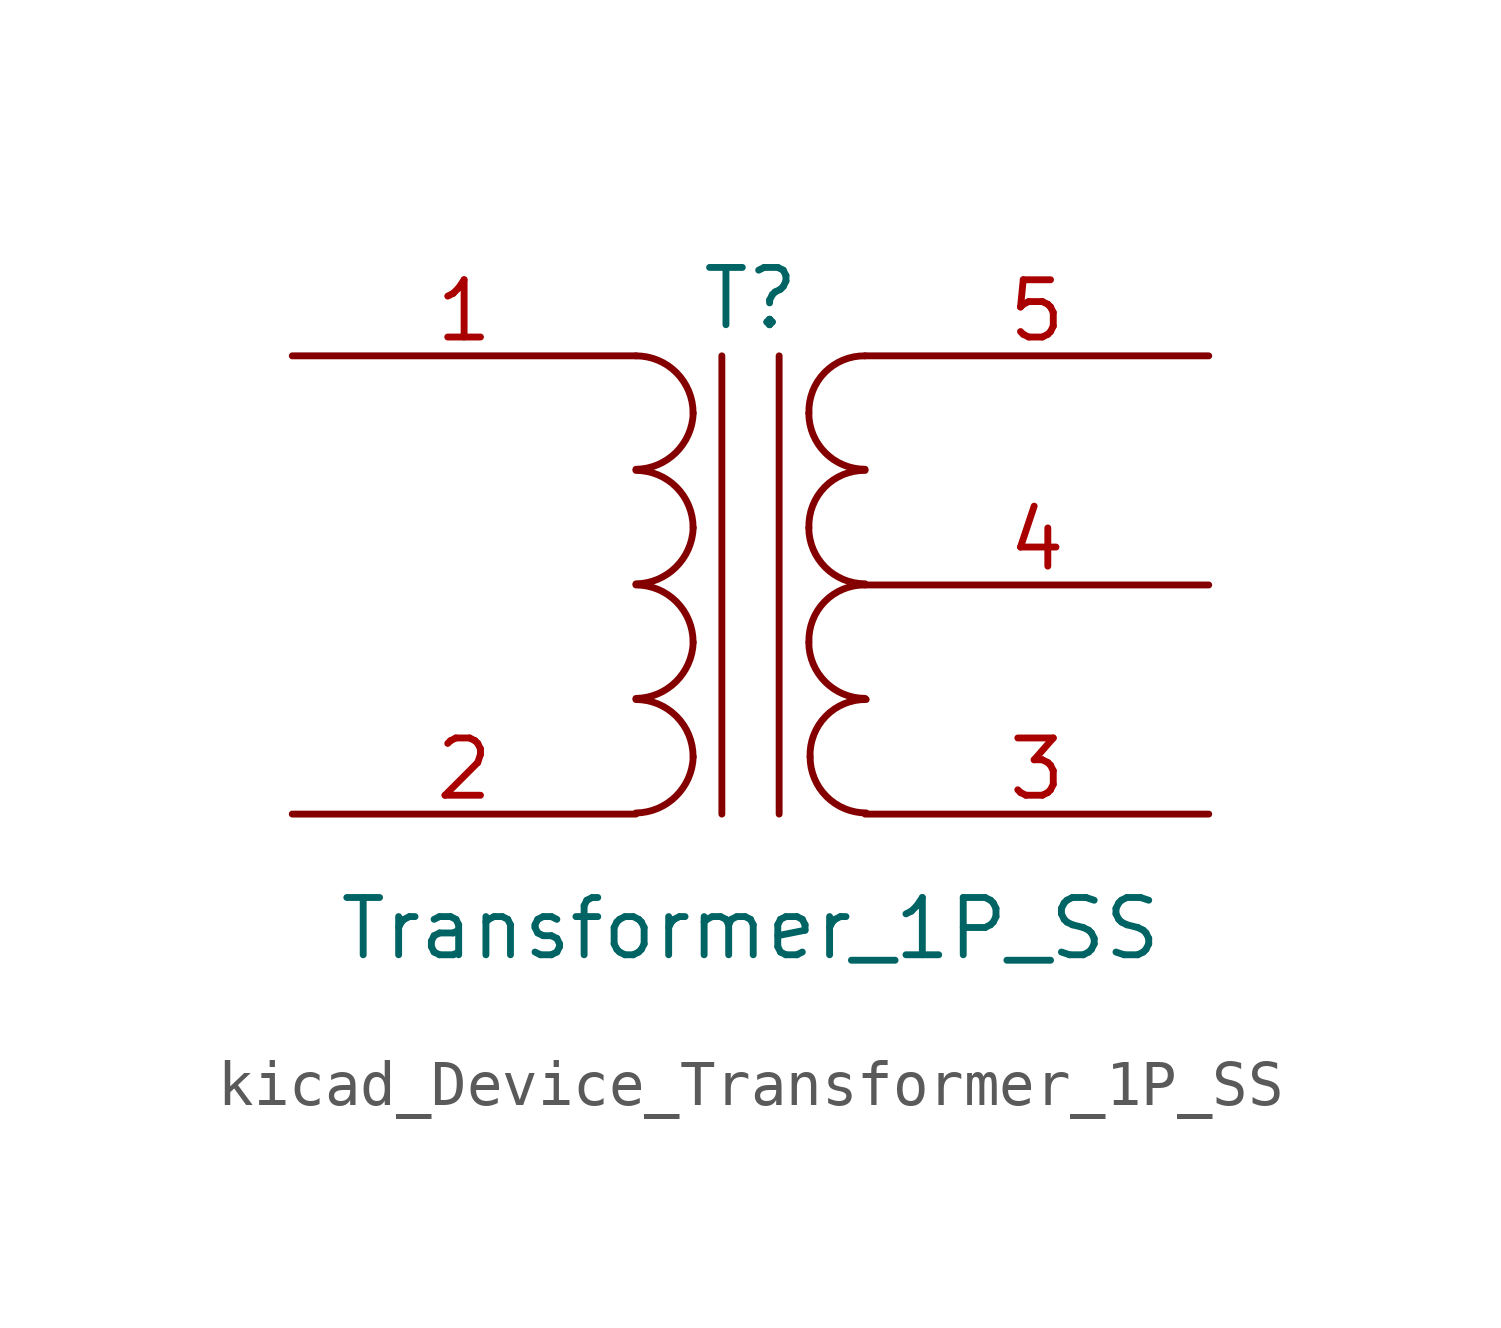
<source format=kicad_sym>
(kicad_symbol_lib
  (version 20220914)
  (generator kicad_symbol_editor)
  (symbol "kicad_Device_Transformer_1P_SS"
    (pin_names
      (offset 1.016) hide)
    (property "Reference" "T"
      (at 0 6.35 0)
      (effects (font (size 1.27 1.27))))
    (property "Value" "Transformer_1P_SS"
      (at 0 -7.62 0)
      (effects (font (size 1.27 1.27))))
    (symbol "kicad_Device_Transformer_1P_SS_0_1"
      (arc (start -2.54 -5.0546) (mid -1.6599 -4.6901) (end -1.27 -3.81) (stroke (width 0) (type default)) (fill (type none)))
      (arc (start -2.54 -2.5146) (mid -1.6599 -2.1501) (end -1.27 -1.27) (stroke (width 0) (type default)) (fill (type none)))
      (arc (start -2.54 0.0254) (mid -1.6599 0.3899) (end -1.27 1.27) (stroke (width 0) (type default)) (fill (type none)))
      (arc (start -2.54 2.5654) (mid -1.6599 2.9299) (end -1.27 3.81) (stroke (width 0) (type default)) (fill (type none)))
      (arc (start -1.27 -3.81) (mid -1.642 -2.912) (end -2.54 -2.54) (stroke (width 0) (type default)) (fill (type none)))
      (arc (start -1.27 -1.27) (mid -1.642 -0.372) (end -2.54 0) (stroke (width 0) (type default)) (fill (type none)))
      (arc (start -1.27 1.27) (mid -1.642 2.168) (end -2.54 2.54) (stroke (width 0) (type default)) (fill (type none)))
      (arc (start -1.27 3.81) (mid -1.642 4.708) (end -2.54 5.08) (stroke (width 0) (type default)) (fill (type none)))
      (polyline (pts (xy -0.635 5.08) (xy -0.635 -5.08)) (stroke (width 0) (type default)) (fill (type none)))
      (polyline (pts (xy 0.635 -5.08) (xy 0.635 5.08)) (stroke (width 0) (type default)) (fill (type none)))
      (arc (start 1.2954 -1.27) (mid 1.6599 -2.1501) (end 2.54 -2.5146) (stroke (width 0) (type default)) (fill (type none)))
      (arc (start 1.2954 1.27) (mid 1.6599 0.3899) (end 2.54 0.0254) (stroke (width 0) (type default)) (fill (type none)))
      (arc (start 1.2954 3.81) (mid 1.6599 2.9299) (end 2.54 2.5654) (stroke (width 0) (type default)) (fill (type none)))
      (arc (start 1.3208 -3.81) (mid 1.6853 -4.6901) (end 2.5654 -5.0546) (stroke (width 0) (type default)) (fill (type none)))
      (arc (start 2.54 0) (mid 1.642 -0.372) (end 1.2954 -1.27) (stroke (width 0) (type default)) (fill (type none)))
      (arc (start 2.54 2.54) (mid 1.642 2.168) (end 1.2954 1.27) (stroke (width 0) (type default)) (fill (type none)))
      (arc (start 2.54 5.08) (mid 1.642 4.708) (end 1.2954 3.81) (stroke (width 0) (type default)) (fill (type none)))
      (arc (start 2.5654 -2.54) (mid 1.6674 -2.912) (end 1.3208 -3.81) (stroke (width 0) (type default)) (fill (type none))))
    (symbol "kicad_Device_Transformer_1P_SS_1_1"
      (pin passive line (at -10.16 5.08 0) (length 7.62) (name "AA" (effects (font (size 1.27 1.27)))) (number "1" (effects (font (size 1.27 1.27)))))
      (pin passive line (at -10.16 -5.08 0) (length 7.62) (name "AB" (effects (font (size 1.27 1.27)))) (number "2" (effects (font (size 1.27 1.27)))))
      (pin passive line (at 10.16 -5.08 180) (length 7.62) (name "SA" (effects (font (size 1.27 1.27)))) (number "3" (effects (font (size 1.27 1.27)))))
      (pin passive line (at 10.16 0 180) (length 7.62) (name "SC" (effects (font (size 1.27 1.27)))) (number "4" (effects (font (size 1.27 1.27)))))
      (pin passive line (at 10.16 5.08 180) (length 7.62) (name "SB" (effects (font (size 1.27 1.27)))) (number "5" (effects (font (size 1.27 1.27))))))))
</source>
